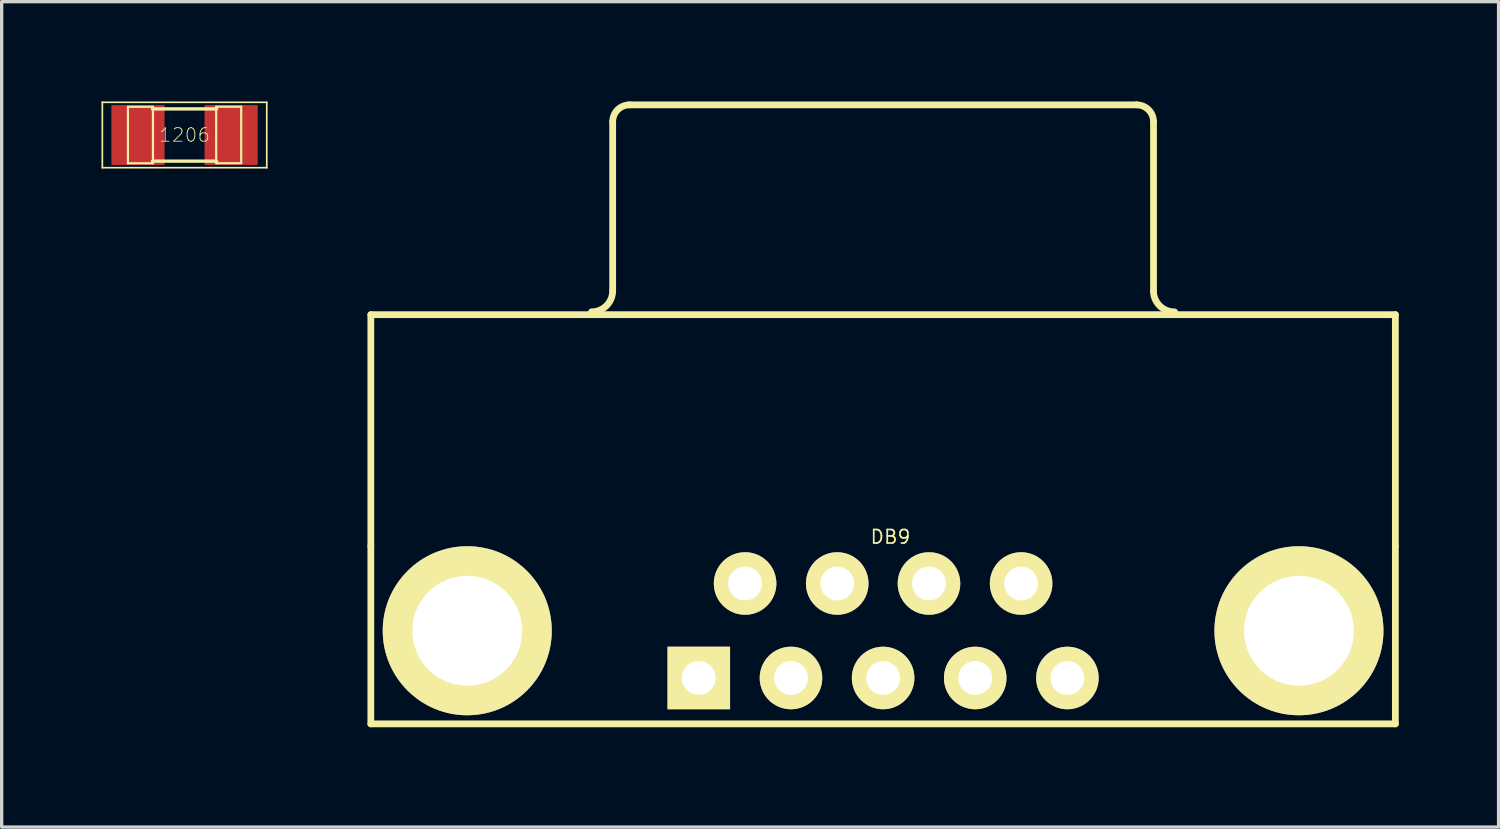
<source format=kicad_pcb>
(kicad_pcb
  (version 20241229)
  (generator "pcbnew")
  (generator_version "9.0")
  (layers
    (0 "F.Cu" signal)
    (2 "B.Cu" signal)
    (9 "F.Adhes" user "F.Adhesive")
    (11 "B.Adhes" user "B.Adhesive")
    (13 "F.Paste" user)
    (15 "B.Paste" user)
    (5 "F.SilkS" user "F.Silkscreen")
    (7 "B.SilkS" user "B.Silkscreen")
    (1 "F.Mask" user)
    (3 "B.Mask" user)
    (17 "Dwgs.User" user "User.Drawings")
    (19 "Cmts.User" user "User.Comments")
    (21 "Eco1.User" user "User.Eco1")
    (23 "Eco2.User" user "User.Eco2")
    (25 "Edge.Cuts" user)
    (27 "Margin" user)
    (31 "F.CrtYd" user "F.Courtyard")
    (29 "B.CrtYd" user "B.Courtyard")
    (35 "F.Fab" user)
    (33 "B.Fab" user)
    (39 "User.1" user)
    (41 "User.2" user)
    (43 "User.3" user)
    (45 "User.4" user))
  (footprint "1206"
    (layer "F.Cu")
    (at 2.497 1.008)
    (property "Reference" "1206" (at 0 0 0) (layer "F.SilkS") (effects (font (size 0.406 0.406) (thickness 0.025))))
    (attr smd)
    (fp_line (start -2.471 -0.983) (end 2.471 -0.983) (stroke (width 0.051) (type solid)) (layer "F.SilkS"))
    (fp_line (start -2.471 0.983) (end -2.471 -0.983) (stroke (width 0.051) (type solid)) (layer "F.SilkS"))
    (fp_line (start -1.702 -0.848) (end -0.95 -0.848) (stroke (width 0.066) (type solid)) (layer "F.SilkS"))
    (fp_line (start -1.702 0.851) (end -1.702 -0.848) (stroke (width 0.066) (type solid)) (layer "F.SilkS"))
    (fp_line (start -1.702 0.851) (end -0.95 0.851) (stroke (width 0.066) (type solid)) (layer "F.SilkS"))
    (fp_line (start -0.963 -0.785) (end 0.963 -0.785) (stroke (width 0.102) (type solid)) (layer "F.SilkS"))
    (fp_line (start -0.963 0.785) (end 0.963 0.785) (stroke (width 0.102) (type solid)) (layer "F.SilkS"))
    (fp_line (start -0.95 0.851) (end -0.95 -0.848) (stroke (width 0.066) (type solid)) (layer "F.SilkS"))
    (fp_line (start 0.95 -0.851) (end 1.702 -0.851) (stroke (width 0.066) (type solid)) (layer "F.SilkS"))
    (fp_line (start 0.95 0.848) (end 0.95 -0.851) (stroke (width 0.066) (type solid)) (layer "F.SilkS"))
    (fp_line (start 0.95 0.848) (end 1.702 0.848) (stroke (width 0.066) (type solid)) (layer "F.SilkS"))
    (fp_line (start 1.702 0.848) (end 1.702 -0.851) (stroke (width 0.066) (type solid)) (layer "F.SilkS"))
    (fp_line (start 2.471 -0.983) (end 2.471 0.983) (stroke (width 0.051) (type solid)) (layer "F.SilkS"))
    (fp_line (start 2.471 0.983) (end -2.471 0.983) (stroke (width 0.051) (type solid)) (layer "F.SilkS"))
    (pad "1" smd rect (at -1.4 0) (size 1.598 1.798) (layers "F.Cu" "F.Mask" "F.Paste"))
    (pad "2" smd rect (at 1.4 0) (size 1.598 1.798) (layers "F.Cu" "F.Mask" "F.Paste")))
  (footprint "DB9"
    (layer "F.Cu")
    (at 23.493 15.908)
    (property "Reference" "DB9" (at 0.221 -2.822 0) (layer "F.SilkS") (effects (font (size 0.406 0.406) (thickness 0.051))))
    (attr exclude_from_pos_files exclude_from_bom)
    (fp_line (start -15.397 -9.5) (end 15.397 -9.5) (stroke (width 0.203) (type solid)) (layer "F.SilkS"))
    (fp_line (start -15.397 -2.543) (end -15.397 -9.5) (stroke (width 0.203) (type solid)) (layer "F.SilkS"))
    (fp_line (start -15.397 2.799) (end -15.397 -2.54) (stroke (width 0.203) (type solid)) (layer "F.SilkS"))
    (fp_line (start -15.397 2.799) (end 15.397 2.799) (stroke (width 0.203) (type solid)) (layer "F.SilkS"))
    (fp_line (start -8.128 -10.218) (end -8.128 -15.298) (stroke (width 0.203) (type solid)) (layer "F.SilkS"))
    (fp_line (start -7.62 -15.806) (end 7.62 -15.806) (stroke (width 0.203) (type solid)) (layer "F.SilkS"))
    (fp_line (start 8.128 -10.218) (end 8.128 -15.298) (stroke (width 0.203) (type solid)) (layer "F.SilkS"))
    (fp_line (start 15.397 -2.54) (end 15.397 -9.5) (stroke (width 0.203) (type solid)) (layer "F.SilkS"))
    (fp_line (start 15.397 2.799) (end 15.397 -2.54) (stroke (width 0.203) (type solid)) (layer "F.SilkS"))
    (fp_arc (start -8.128 -15.29842) (mid -7.97921 -15.65763) (end -7.62 -15.80642) (stroke (width 0.2032) (type solid)) (layer "F.SilkS"))
    (fp_arc (start -8.128 -10.21842) (mid -8.313243 -9.771203) (end -8.76046 -9.58596) (stroke (width 0.2032) (type solid)) (layer "F.SilkS"))
    (fp_arc (start 7.62 -15.80642) (mid 7.97921 -15.65763) (end 8.128 -15.29842) (stroke (width 0.2032) (type solid)) (layer "F.SilkS"))
    (fp_arc (start 8.76046 -9.58342) (mid 8.311447 -9.769407) (end 8.12546 -10.21842) (stroke (width 0.2032) (type solid)) (layer "F.SilkS"))
    (pad "1" thru_hole rect (at -5.54 1.42) (size 1.88 1.88) (drill 1.016) (layers "*.Cu" "*.Mask" "F.SilkS" "F.Paste"))
    (pad "2" thru_hole circle (at -2.769 1.42) (size 1.88 1.88) (drill 1.016) (layers "*.Cu" "*.Mask" "F.SilkS" "F.Paste"))
    (pad "3" thru_hole circle (at 0 1.42) (size 1.88 1.88) (drill 1.016) (layers "*.Cu" "*.Mask" "F.SilkS" "F.Paste"))
    (pad "4" thru_hole circle (at 2.769 1.42) (size 1.88 1.88) (drill 1.016) (layers "*.Cu" "*.Mask" "F.SilkS" "F.Paste"))
    (pad "5" thru_hole circle (at 5.54 1.42) (size 1.88 1.88) (drill 1.016) (layers "*.Cu" "*.Mask" "F.SilkS" "F.Paste"))
    (pad "6" thru_hole circle (at -4.148 -1.42) (size 1.88 1.88) (drill 1.016) (layers "*.Cu" "*.Mask" "F.SilkS" "F.Paste"))
    (pad "7" thru_hole circle (at -1.379 -1.42) (size 1.88 1.88) (drill 1.016) (layers "*.Cu" "*.Mask" "F.SilkS" "F.Paste"))
    (pad "8" thru_hole circle (at 1.379 -1.42) (size 1.88 1.88) (drill 1.016) (layers "*.Cu" "*.Mask" "F.SilkS" "F.Paste"))
    (pad "9" thru_hole circle (at 4.148 -1.42) (size 1.88 1.88) (drill 1.016) (layers "*.Cu" "*.Mask" "F.SilkS" "F.Paste"))
    (pad "GND" thru_hole circle (at -12.499 0) (size 5.08 5.08) (drill 3.302) (layers "*.Cu" "*.Mask" "F.SilkS" "F.Paste"))
    (pad "GND" thru_hole circle (at 12.499 0) (size 5.08 5.08) (drill 3.302) (layers "*.Cu" "*.Mask" "F.SilkS" "F.Paste")))
  (gr_rect
    (start -3 -3)
    (end 41.992 21.809)
    (stroke (width 0.1) (type default))
    (fill no)
    (layer "Edge.Cuts")))
</source>
